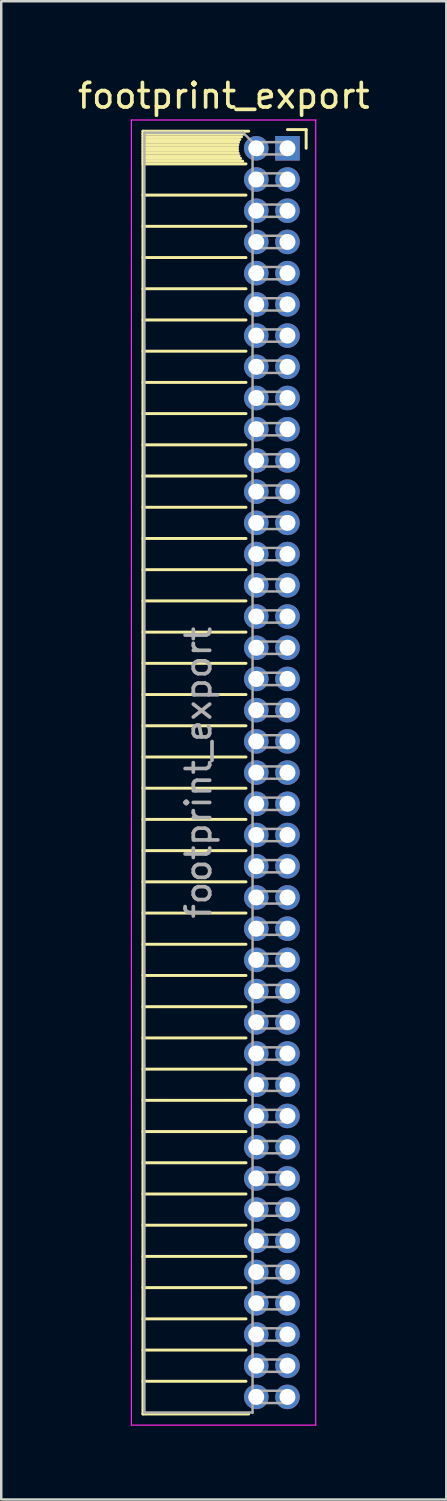
<source format=kicad_pcb>
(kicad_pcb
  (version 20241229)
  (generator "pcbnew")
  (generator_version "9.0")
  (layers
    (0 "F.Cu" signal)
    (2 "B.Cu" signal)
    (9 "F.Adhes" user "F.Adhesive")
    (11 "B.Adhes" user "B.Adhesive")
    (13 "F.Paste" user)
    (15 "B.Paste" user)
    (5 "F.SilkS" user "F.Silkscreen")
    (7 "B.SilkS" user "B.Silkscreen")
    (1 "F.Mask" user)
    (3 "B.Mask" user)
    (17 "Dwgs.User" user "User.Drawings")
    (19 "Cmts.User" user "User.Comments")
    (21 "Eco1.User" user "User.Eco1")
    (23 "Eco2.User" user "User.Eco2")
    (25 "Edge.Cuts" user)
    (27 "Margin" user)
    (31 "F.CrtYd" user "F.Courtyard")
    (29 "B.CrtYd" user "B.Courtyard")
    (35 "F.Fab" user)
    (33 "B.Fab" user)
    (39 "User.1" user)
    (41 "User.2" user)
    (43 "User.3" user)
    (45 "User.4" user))
  (footprint "footprint_export"
    (layer "F.Cu")
    (at 8.646 2.983)
    (property "Reference" "footprint_export" (at -2.592 -2.135 0) (layer "F.SilkS") (effects (font (size 1 1) (thickness 0.15))))
    (attr through_hole)
    (fp_line (start -5.88 -0.695) (end -5.88 51.495) (stroke (width 0.12) (type solid)) (layer "F.SilkS"))
    (fp_line (start -5.88 -0.695) (end -1.578 -0.695) (stroke (width 0.12) (type solid)) (layer "F.SilkS"))
    (fp_line (start -5.88 -0.575) (end -1.767 -0.575) (stroke (width 0.12) (type solid)) (layer "F.SilkS"))
    (fp_line (start -5.88 -0.465) (end -1.871 -0.465) (stroke (width 0.12) (type solid)) (layer "F.SilkS"))
    (fp_line (start -5.88 -0.355) (end -1.942 -0.355) (stroke (width 0.12) (type solid)) (layer "F.SilkS"))
    (fp_line (start -5.88 -0.245) (end -1.989 -0.245) (stroke (width 0.12) (type solid)) (layer "F.SilkS"))
    (fp_line (start -5.88 -0.135) (end -2.018 -0.135) (stroke (width 0.12) (type solid)) (layer "F.SilkS"))
    (fp_line (start -5.88 -0.025) (end -2.03 -0.025) (stroke (width 0.12) (type solid)) (layer "F.SilkS"))
    (fp_line (start -5.88 0.085) (end -2.025 0.085) (stroke (width 0.12) (type solid)) (layer "F.SilkS"))
    (fp_line (start -5.88 0.195) (end -2.005 0.195) (stroke (width 0.12) (type solid)) (layer "F.SilkS"))
    (fp_line (start -5.88 0.305) (end -1.966 0.305) (stroke (width 0.12) (type solid)) (layer "F.SilkS"))
    (fp_line (start -5.88 0.415) (end -1.907 0.415) (stroke (width 0.12) (type solid)) (layer "F.SilkS"))
    (fp_line (start -5.88 0.525) (end -1.82 0.525) (stroke (width 0.12) (type solid)) (layer "F.SilkS"))
    (fp_line (start -5.88 0.635) (end -1.688 0.635) (stroke (width 0.12) (type solid)) (layer "F.SilkS"))
    (fp_line (start -5.88 1.905) (end -1.688 1.905) (stroke (width 0.12) (type solid)) (layer "F.SilkS"))
    (fp_line (start -5.88 3.175) (end -1.688 3.175) (stroke (width 0.12) (type solid)) (layer "F.SilkS"))
    (fp_line (start -5.88 4.445) (end -1.688 4.445) (stroke (width 0.12) (type solid)) (layer "F.SilkS"))
    (fp_line (start -5.88 5.715) (end -1.688 5.715) (stroke (width 0.12) (type solid)) (layer "F.SilkS"))
    (fp_line (start -5.88 6.985) (end -1.688 6.985) (stroke (width 0.12) (type solid)) (layer "F.SilkS"))
    (fp_line (start -5.88 8.255) (end -1.688 8.255) (stroke (width 0.12) (type solid)) (layer "F.SilkS"))
    (fp_line (start -5.88 9.525) (end -1.688 9.525) (stroke (width 0.12) (type solid)) (layer "F.SilkS"))
    (fp_line (start -5.88 10.795) (end -1.688 10.795) (stroke (width 0.12) (type solid)) (layer "F.SilkS"))
    (fp_line (start -5.88 12.065) (end -1.688 12.065) (stroke (width 0.12) (type solid)) (layer "F.SilkS"))
    (fp_line (start -5.88 13.335) (end -1.688 13.335) (stroke (width 0.12) (type solid)) (layer "F.SilkS"))
    (fp_line (start -5.88 14.605) (end -1.688 14.605) (stroke (width 0.12) (type solid)) (layer "F.SilkS"))
    (fp_line (start -5.88 15.875) (end -1.688 15.875) (stroke (width 0.12) (type solid)) (layer "F.SilkS"))
    (fp_line (start -5.88 17.145) (end -1.688 17.145) (stroke (width 0.12) (type solid)) (layer "F.SilkS"))
    (fp_line (start -5.88 18.415) (end -1.688 18.415) (stroke (width 0.12) (type solid)) (layer "F.SilkS"))
    (fp_line (start -5.88 19.685) (end -1.688 19.685) (stroke (width 0.12) (type solid)) (layer "F.SilkS"))
    (fp_line (start -5.88 20.955) (end -1.688 20.955) (stroke (width 0.12) (type solid)) (layer "F.SilkS"))
    (fp_line (start -5.88 22.225) (end -1.688 22.225) (stroke (width 0.12) (type solid)) (layer "F.SilkS"))
    (fp_line (start -5.88 23.495) (end -1.688 23.495) (stroke (width 0.12) (type solid)) (layer "F.SilkS"))
    (fp_line (start -5.88 24.765) (end -1.688 24.765) (stroke (width 0.12) (type solid)) (layer "F.SilkS"))
    (fp_line (start -5.88 26.035) (end -1.688 26.035) (stroke (width 0.12) (type solid)) (layer "F.SilkS"))
    (fp_line (start -5.88 27.305) (end -1.688 27.305) (stroke (width 0.12) (type solid)) (layer "F.SilkS"))
    (fp_line (start -5.88 28.575) (end -1.688 28.575) (stroke (width 0.12) (type solid)) (layer "F.SilkS"))
    (fp_line (start -5.88 29.845) (end -1.688 29.845) (stroke (width 0.12) (type solid)) (layer "F.SilkS"))
    (fp_line (start -5.88 31.115) (end -1.688 31.115) (stroke (width 0.12) (type solid)) (layer "F.SilkS"))
    (fp_line (start -5.88 32.385) (end -1.688 32.385) (stroke (width 0.12) (type solid)) (layer "F.SilkS"))
    (fp_line (start -5.88 33.655) (end -1.688 33.655) (stroke (width 0.12) (type solid)) (layer "F.SilkS"))
    (fp_line (start -5.88 34.925) (end -1.688 34.925) (stroke (width 0.12) (type solid)) (layer "F.SilkS"))
    (fp_line (start -5.88 36.195) (end -1.688 36.195) (stroke (width 0.12) (type solid)) (layer "F.SilkS"))
    (fp_line (start -5.88 37.465) (end -1.688 37.465) (stroke (width 0.12) (type solid)) (layer "F.SilkS"))
    (fp_line (start -5.88 38.735) (end -1.688 38.735) (stroke (width 0.12) (type solid)) (layer "F.SilkS"))
    (fp_line (start -5.88 40.005) (end -1.688 40.005) (stroke (width 0.12) (type solid)) (layer "F.SilkS"))
    (fp_line (start -5.88 41.275) (end -1.688 41.275) (stroke (width 0.12) (type solid)) (layer "F.SilkS"))
    (fp_line (start -5.88 42.545) (end -1.688 42.545) (stroke (width 0.12) (type solid)) (layer "F.SilkS"))
    (fp_line (start -5.88 43.815) (end -1.688 43.815) (stroke (width 0.12) (type solid)) (layer "F.SilkS"))
    (fp_line (start -5.88 45.085) (end -1.688 45.085) (stroke (width 0.12) (type solid)) (layer "F.SilkS"))
    (fp_line (start -5.88 46.355) (end -1.688 46.355) (stroke (width 0.12) (type solid)) (layer "F.SilkS"))
    (fp_line (start -5.88 47.625) (end -1.688 47.625) (stroke (width 0.12) (type solid)) (layer "F.SilkS"))
    (fp_line (start -5.88 48.895) (end -1.688 48.895) (stroke (width 0.12) (type solid)) (layer "F.SilkS"))
    (fp_line (start -5.88 50.165) (end -1.688 50.165) (stroke (width 0.12) (type solid)) (layer "F.SilkS"))
    (fp_line (start -5.88 51.495) (end -1.578 51.495) (stroke (width 0.12) (type solid)) (layer "F.SilkS"))
    (fp_line (start 0 -0.76) (end 0.76 -0.76) (stroke (width 0.12) (type solid)) (layer "F.SilkS"))
    (fp_line (start 0.76 -0.76) (end 0.76 0) (stroke (width 0.12) (type solid)) (layer "F.SilkS"))
    (fp_line (start -6.35 -1.15) (end -6.35 51.95) (stroke (width 0.05) (type solid)) (layer "F.CrtYd"))
    (fp_line (start -6.35 51.95) (end 1.15 51.95) (stroke (width 0.05) (type solid)) (layer "F.CrtYd"))
    (fp_line (start 1.15 -1.15) (end -6.35 -1.15) (stroke (width 0.05) (type solid)) (layer "F.CrtYd"))
    (fp_line (start 1.15 51.95) (end 1.15 -1.15) (stroke (width 0.05) (type solid)) (layer "F.CrtYd"))
    (fp_line (start -5.82 -0.635) (end -1.805 -0.635) (stroke (width 0.1) (type solid)) (layer "F.Fab"))
    (fp_line (start -5.82 51.435) (end -5.82 -0.635) (stroke (width 0.1) (type solid)) (layer "F.Fab"))
    (fp_line (start -1.805 -0.635) (end -1.42 -0.25) (stroke (width 0.1) (type solid)) (layer "F.Fab"))
    (fp_line (start -1.42 -0.25) (end -1.42 51.435) (stroke (width 0.1) (type solid)) (layer "F.Fab"))
    (fp_line (start -1.42 0.25) (end 0 0.25) (stroke (width 0.1) (type solid)) (layer "F.Fab"))
    (fp_line (start -1.42 1.52) (end 0 1.52) (stroke (width 0.1) (type solid)) (layer "F.Fab"))
    (fp_line (start -1.42 2.79) (end 0 2.79) (stroke (width 0.1) (type solid)) (layer "F.Fab"))
    (fp_line (start -1.42 4.06) (end 0 4.06) (stroke (width 0.1) (type solid)) (layer "F.Fab"))
    (fp_line (start -1.42 5.33) (end 0 5.33) (stroke (width 0.1) (type solid)) (layer "F.Fab"))
    (fp_line (start -1.42 6.6) (end 0 6.6) (stroke (width 0.1) (type solid)) (layer "F.Fab"))
    (fp_line (start -1.42 7.87) (end 0 7.87) (stroke (width 0.1) (type solid)) (layer "F.Fab"))
    (fp_line (start -1.42 9.14) (end 0 9.14) (stroke (width 0.1) (type solid)) (layer "F.Fab"))
    (fp_line (start -1.42 10.41) (end 0 10.41) (stroke (width 0.1) (type solid)) (layer "F.Fab"))
    (fp_line (start -1.42 11.68) (end 0 11.68) (stroke (width 0.1) (type solid)) (layer "F.Fab"))
    (fp_line (start -1.42 12.95) (end 0 12.95) (stroke (width 0.1) (type solid)) (layer "F.Fab"))
    (fp_line (start -1.42 14.22) (end 0 14.22) (stroke (width 0.1) (type solid)) (layer "F.Fab"))
    (fp_line (start -1.42 15.49) (end 0 15.49) (stroke (width 0.1) (type solid)) (layer "F.Fab"))
    (fp_line (start -1.42 16.76) (end 0 16.76) (stroke (width 0.1) (type solid)) (layer "F.Fab"))
    (fp_line (start -1.42 18.03) (end 0 18.03) (stroke (width 0.1) (type solid)) (layer "F.Fab"))
    (fp_line (start -1.42 19.3) (end 0 19.3) (stroke (width 0.1) (type solid)) (layer "F.Fab"))
    (fp_line (start -1.42 20.57) (end 0 20.57) (stroke (width 0.1) (type solid)) (layer "F.Fab"))
    (fp_line (start -1.42 21.84) (end 0 21.84) (stroke (width 0.1) (type solid)) (layer "F.Fab"))
    (fp_line (start -1.42 23.11) (end 0 23.11) (stroke (width 0.1) (type solid)) (layer "F.Fab"))
    (fp_line (start -1.42 24.38) (end 0 24.38) (stroke (width 0.1) (type solid)) (layer "F.Fab"))
    (fp_line (start -1.42 25.65) (end 0 25.65) (stroke (width 0.1) (type solid)) (layer "F.Fab"))
    (fp_line (start -1.42 26.92) (end 0 26.92) (stroke (width 0.1) (type solid)) (layer "F.Fab"))
    (fp_line (start -1.42 28.19) (end 0 28.19) (stroke (width 0.1) (type solid)) (layer "F.Fab"))
    (fp_line (start -1.42 29.46) (end 0 29.46) (stroke (width 0.1) (type solid)) (layer "F.Fab"))
    (fp_line (start -1.42 30.73) (end 0 30.73) (stroke (width 0.1) (type solid)) (layer "F.Fab"))
    (fp_line (start -1.42 32) (end 0 32) (stroke (width 0.1) (type solid)) (layer "F.Fab"))
    (fp_line (start -1.42 33.27) (end 0 33.27) (stroke (width 0.1) (type solid)) (layer "F.Fab"))
    (fp_line (start -1.42 34.54) (end 0 34.54) (stroke (width 0.1) (type solid)) (layer "F.Fab"))
    (fp_line (start -1.42 35.81) (end 0 35.81) (stroke (width 0.1) (type solid)) (layer "F.Fab"))
    (fp_line (start -1.42 37.08) (end 0 37.08) (stroke (width 0.1) (type solid)) (layer "F.Fab"))
    (fp_line (start -1.42 38.35) (end 0 38.35) (stroke (width 0.1) (type solid)) (layer "F.Fab"))
    (fp_line (start -1.42 39.62) (end 0 39.62) (stroke (width 0.1) (type solid)) (layer "F.Fab"))
    (fp_line (start -1.42 40.89) (end 0 40.89) (stroke (width 0.1) (type solid)) (layer "F.Fab"))
    (fp_line (start -1.42 42.16) (end 0 42.16) (stroke (width 0.1) (type solid)) (layer "F.Fab"))
    (fp_line (start -1.42 43.43) (end 0 43.43) (stroke (width 0.1) (type solid)) (layer "F.Fab"))
    (fp_line (start -1.42 44.7) (end 0 44.7) (stroke (width 0.1) (type solid)) (layer "F.Fab"))
    (fp_line (start -1.42 45.97) (end 0 45.97) (stroke (width 0.1) (type solid)) (layer "F.Fab"))
    (fp_line (start -1.42 47.24) (end 0 47.24) (stroke (width 0.1) (type solid)) (layer "F.Fab"))
    (fp_line (start -1.42 48.51) (end 0 48.51) (stroke (width 0.1) (type solid)) (layer "F.Fab"))
    (fp_line (start -1.42 49.78) (end 0 49.78) (stroke (width 0.1) (type solid)) (layer "F.Fab"))
    (fp_line (start -1.42 51.05) (end 0 51.05) (stroke (width 0.1) (type solid)) (layer "F.Fab"))
    (fp_line (start -1.42 51.435) (end -5.82 51.435) (stroke (width 0.1) (type solid)) (layer "F.Fab"))
    (fp_line (start 0 -0.25) (end -1.42 -0.25) (stroke (width 0.1) (type solid)) (layer "F.Fab"))
    (fp_line (start 0 0.25) (end 0 -0.25) (stroke (width 0.1) (type solid)) (layer "F.Fab"))
    (fp_line (start 0 1.02) (end -1.42 1.02) (stroke (width 0.1) (type solid)) (layer "F.Fab"))
    (fp_line (start 0 1.52) (end 0 1.02) (stroke (width 0.1) (type solid)) (layer "F.Fab"))
    (fp_line (start 0 2.29) (end -1.42 2.29) (stroke (width 0.1) (type solid)) (layer "F.Fab"))
    (fp_line (start 0 2.79) (end 0 2.29) (stroke (width 0.1) (type solid)) (layer "F.Fab"))
    (fp_line (start 0 3.56) (end -1.42 3.56) (stroke (width 0.1) (type solid)) (layer "F.Fab"))
    (fp_line (start 0 4.06) (end 0 3.56) (stroke (width 0.1) (type solid)) (layer "F.Fab"))
    (fp_line (start 0 4.83) (end -1.42 4.83) (stroke (width 0.1) (type solid)) (layer "F.Fab"))
    (fp_line (start 0 5.33) (end 0 4.83) (stroke (width 0.1) (type solid)) (layer "F.Fab"))
    (fp_line (start 0 6.1) (end -1.42 6.1) (stroke (width 0.1) (type solid)) (layer "F.Fab"))
    (fp_line (start 0 6.6) (end 0 6.1) (stroke (width 0.1) (type solid)) (layer "F.Fab"))
    (fp_line (start 0 7.37) (end -1.42 7.37) (stroke (width 0.1) (type solid)) (layer "F.Fab"))
    (fp_line (start 0 7.87) (end 0 7.37) (stroke (width 0.1) (type solid)) (layer "F.Fab"))
    (fp_line (start 0 8.64) (end -1.42 8.64) (stroke (width 0.1) (type solid)) (layer "F.Fab"))
    (fp_line (start 0 9.14) (end 0 8.64) (stroke (width 0.1) (type solid)) (layer "F.Fab"))
    (fp_line (start 0 9.91) (end -1.42 9.91) (stroke (width 0.1) (type solid)) (layer "F.Fab"))
    (fp_line (start 0 10.41) (end 0 9.91) (stroke (width 0.1) (type solid)) (layer "F.Fab"))
    (fp_line (start 0 11.18) (end -1.42 11.18) (stroke (width 0.1) (type solid)) (layer "F.Fab"))
    (fp_line (start 0 11.68) (end 0 11.18) (stroke (width 0.1) (type solid)) (layer "F.Fab"))
    (fp_line (start 0 12.45) (end -1.42 12.45) (stroke (width 0.1) (type solid)) (layer "F.Fab"))
    (fp_line (start 0 12.95) (end 0 12.45) (stroke (width 0.1) (type solid)) (layer "F.Fab"))
    (fp_line (start 0 13.72) (end -1.42 13.72) (stroke (width 0.1) (type solid)) (layer "F.Fab"))
    (fp_line (start 0 14.22) (end 0 13.72) (stroke (width 0.1) (type solid)) (layer "F.Fab"))
    (fp_line (start 0 14.99) (end -1.42 14.99) (stroke (width 0.1) (type solid)) (layer "F.Fab"))
    (fp_line (start 0 15.49) (end 0 14.99) (stroke (width 0.1) (type solid)) (layer "F.Fab"))
    (fp_line (start 0 16.26) (end -1.42 16.26) (stroke (width 0.1) (type solid)) (layer "F.Fab"))
    (fp_line (start 0 16.76) (end 0 16.26) (stroke (width 0.1) (type solid)) (layer "F.Fab"))
    (fp_line (start 0 17.53) (end -1.42 17.53) (stroke (width 0.1) (type solid)) (layer "F.Fab"))
    (fp_line (start 0 18.03) (end 0 17.53) (stroke (width 0.1) (type solid)) (layer "F.Fab"))
    (fp_line (start 0 18.8) (end -1.42 18.8) (stroke (width 0.1) (type solid)) (layer "F.Fab"))
    (fp_line (start 0 19.3) (end 0 18.8) (stroke (width 0.1) (type solid)) (layer "F.Fab"))
    (fp_line (start 0 20.07) (end -1.42 20.07) (stroke (width 0.1) (type solid)) (layer "F.Fab"))
    (fp_line (start 0 20.57) (end 0 20.07) (stroke (width 0.1) (type solid)) (layer "F.Fab"))
    (fp_line (start 0 21.34) (end -1.42 21.34) (stroke (width 0.1) (type solid)) (layer "F.Fab"))
    (fp_line (start 0 21.84) (end 0 21.34) (stroke (width 0.1) (type solid)) (layer "F.Fab"))
    (fp_line (start 0 22.61) (end -1.42 22.61) (stroke (width 0.1) (type solid)) (layer "F.Fab"))
    (fp_line (start 0 23.11) (end 0 22.61) (stroke (width 0.1) (type solid)) (layer "F.Fab"))
    (fp_line (start 0 23.88) (end -1.42 23.88) (stroke (width 0.1) (type solid)) (layer "F.Fab"))
    (fp_line (start 0 24.38) (end 0 23.88) (stroke (width 0.1) (type solid)) (layer "F.Fab"))
    (fp_line (start 0 25.15) (end -1.42 25.15) (stroke (width 0.1) (type solid)) (layer "F.Fab"))
    (fp_line (start 0 25.65) (end 0 25.15) (stroke (width 0.1) (type solid)) (layer "F.Fab"))
    (fp_line (start 0 26.42) (end -1.42 26.42) (stroke (width 0.1) (type solid)) (layer "F.Fab"))
    (fp_line (start 0 26.92) (end 0 26.42) (stroke (width 0.1) (type solid)) (layer "F.Fab"))
    (fp_line (start 0 27.69) (end -1.42 27.69) (stroke (width 0.1) (type solid)) (layer "F.Fab"))
    (fp_line (start 0 28.19) (end 0 27.69) (stroke (width 0.1) (type solid)) (layer "F.Fab"))
    (fp_line (start 0 28.96) (end -1.42 28.96) (stroke (width 0.1) (type solid)) (layer "F.Fab"))
    (fp_line (start 0 29.46) (end 0 28.96) (stroke (width 0.1) (type solid)) (layer "F.Fab"))
    (fp_line (start 0 30.23) (end -1.42 30.23) (stroke (width 0.1) (type solid)) (layer "F.Fab"))
    (fp_line (start 0 30.73) (end 0 30.23) (stroke (width 0.1) (type solid)) (layer "F.Fab"))
    (fp_line (start 0 31.5) (end -1.42 31.5) (stroke (width 0.1) (type solid)) (layer "F.Fab"))
    (fp_line (start 0 32) (end 0 31.5) (stroke (width 0.1) (type solid)) (layer "F.Fab"))
    (fp_line (start 0 32.77) (end -1.42 32.77) (stroke (width 0.1) (type solid)) (layer "F.Fab"))
    (fp_line (start 0 33.27) (end 0 32.77) (stroke (width 0.1) (type solid)) (layer "F.Fab"))
    (fp_line (start 0 34.04) (end -1.42 34.04) (stroke (width 0.1) (type solid)) (layer "F.Fab"))
    (fp_line (start 0 34.54) (end 0 34.04) (stroke (width 0.1) (type solid)) (layer "F.Fab"))
    (fp_line (start 0 35.31) (end -1.42 35.31) (stroke (width 0.1) (type solid)) (layer "F.Fab"))
    (fp_line (start 0 35.81) (end 0 35.31) (stroke (width 0.1) (type solid)) (layer "F.Fab"))
    (fp_line (start 0 36.58) (end -1.42 36.58) (stroke (width 0.1) (type solid)) (layer "F.Fab"))
    (fp_line (start 0 37.08) (end 0 36.58) (stroke (width 0.1) (type solid)) (layer "F.Fab"))
    (fp_line (start 0 37.85) (end -1.42 37.85) (stroke (width 0.1) (type solid)) (layer "F.Fab"))
    (fp_line (start 0 38.35) (end 0 37.85) (stroke (width 0.1) (type solid)) (layer "F.Fab"))
    (fp_line (start 0 39.12) (end -1.42 39.12) (stroke (width 0.1) (type solid)) (layer "F.Fab"))
    (fp_line (start 0 39.62) (end 0 39.12) (stroke (width 0.1) (type solid)) (layer "F.Fab"))
    (fp_line (start 0 40.39) (end -1.42 40.39) (stroke (width 0.1) (type solid)) (layer "F.Fab"))
    (fp_line (start 0 40.89) (end 0 40.39) (stroke (width 0.1) (type solid)) (layer "F.Fab"))
    (fp_line (start 0 41.66) (end -1.42 41.66) (stroke (width 0.1) (type solid)) (layer "F.Fab"))
    (fp_line (start 0 42.16) (end 0 41.66) (stroke (width 0.1) (type solid)) (layer "F.Fab"))
    (fp_line (start 0 42.93) (end -1.42 42.93) (stroke (width 0.1) (type solid)) (layer "F.Fab"))
    (fp_line (start 0 43.43) (end 0 42.93) (stroke (width 0.1) (type solid)) (layer "F.Fab"))
    (fp_line (start 0 44.2) (end -1.42 44.2) (stroke (width 0.1) (type solid)) (layer "F.Fab"))
    (fp_line (start 0 44.7) (end 0 44.2) (stroke (width 0.1) (type solid)) (layer "F.Fab"))
    (fp_line (start 0 45.47) (end -1.42 45.47) (stroke (width 0.1) (type solid)) (layer "F.Fab"))
    (fp_line (start 0 45.97) (end 0 45.47) (stroke (width 0.1) (type solid)) (layer "F.Fab"))
    (fp_line (start 0 46.74) (end -1.42 46.74) (stroke (width 0.1) (type solid)) (layer "F.Fab"))
    (fp_line (start 0 47.24) (end 0 46.74) (stroke (width 0.1) (type solid)) (layer "F.Fab"))
    (fp_line (start 0 48.01) (end -1.42 48.01) (stroke (width 0.1) (type solid)) (layer "F.Fab"))
    (fp_line (start 0 48.51) (end 0 48.01) (stroke (width 0.1) (type solid)) (layer "F.Fab"))
    (fp_line (start 0 49.28) (end -1.42 49.28) (stroke (width 0.1) (type solid)) (layer "F.Fab"))
    (fp_line (start 0 49.78) (end 0 49.28) (stroke (width 0.1) (type solid)) (layer "F.Fab"))
    (fp_line (start 0 50.55) (end -1.42 50.55) (stroke (width 0.1) (type solid)) (layer "F.Fab"))
    (fp_line (start 0 51.05) (end 0 50.55) (stroke (width 0.1) (type solid)) (layer "F.Fab"))
    (fp_text user "${REFERENCE}" (at -3.62 25.4 90) (layer "F.Fab") (effects (font (size 1 1) (thickness 0.15))))
    (pad "1" thru_hole rect (at 0 0) (size 1 1) (drill 0.65) (layers "*.Cu" "*.Mask"))
    (pad "2" thru_hole oval (at -1.27 0) (size 1 1) (drill 0.65) (layers "*.Cu" "*.Mask"))
    (pad "3" thru_hole oval (at 0 1.27) (size 1 1) (drill 0.65) (layers "*.Cu" "*.Mask"))
    (pad "4" thru_hole oval (at -1.27 1.27) (size 1 1) (drill 0.65) (layers "*.Cu" "*.Mask"))
    (pad "5" thru_hole oval (at 0 2.54) (size 1 1) (drill 0.65) (layers "*.Cu" "*.Mask"))
    (pad "6" thru_hole oval (at -1.27 2.54) (size 1 1) (drill 0.65) (layers "*.Cu" "*.Mask"))
    (pad "7" thru_hole oval (at 0 3.81) (size 1 1) (drill 0.65) (layers "*.Cu" "*.Mask"))
    (pad "8" thru_hole oval (at -1.27 3.81) (size 1 1) (drill 0.65) (layers "*.Cu" "*.Mask"))
    (pad "9" thru_hole oval (at 0 5.08) (size 1 1) (drill 0.65) (layers "*.Cu" "*.Mask"))
    (pad "10" thru_hole oval (at -1.27 5.08) (size 1 1) (drill 0.65) (layers "*.Cu" "*.Mask"))
    (pad "11" thru_hole oval (at 0 6.35) (size 1 1) (drill 0.65) (layers "*.Cu" "*.Mask"))
    (pad "12" thru_hole oval (at -1.27 6.35) (size 1 1) (drill 0.65) (layers "*.Cu" "*.Mask"))
    (pad "13" thru_hole oval (at 0 7.62) (size 1 1) (drill 0.65) (layers "*.Cu" "*.Mask"))
    (pad "14" thru_hole oval (at -1.27 7.62) (size 1 1) (drill 0.65) (layers "*.Cu" "*.Mask"))
    (pad "15" thru_hole oval (at 0 8.89) (size 1 1) (drill 0.65) (layers "*.Cu" "*.Mask"))
    (pad "16" thru_hole oval (at -1.27 8.89) (size 1 1) (drill 0.65) (layers "*.Cu" "*.Mask"))
    (pad "17" thru_hole oval (at 0 10.16) (size 1 1) (drill 0.65) (layers "*.Cu" "*.Mask"))
    (pad "18" thru_hole oval (at -1.27 10.16) (size 1 1) (drill 0.65) (layers "*.Cu" "*.Mask"))
    (pad "19" thru_hole oval (at 0 11.43) (size 1 1) (drill 0.65) (layers "*.Cu" "*.Mask"))
    (pad "20" thru_hole oval (at -1.27 11.43) (size 1 1) (drill 0.65) (layers "*.Cu" "*.Mask"))
    (pad "21" thru_hole oval (at 0 12.7) (size 1 1) (drill 0.65) (layers "*.Cu" "*.Mask"))
    (pad "22" thru_hole oval (at -1.27 12.7) (size 1 1) (drill 0.65) (layers "*.Cu" "*.Mask"))
    (pad "23" thru_hole oval (at 0 13.97) (size 1 1) (drill 0.65) (layers "*.Cu" "*.Mask"))
    (pad "24" thru_hole oval (at -1.27 13.97) (size 1 1) (drill 0.65) (layers "*.Cu" "*.Mask"))
    (pad "25" thru_hole oval (at 0 15.24) (size 1 1) (drill 0.65) (layers "*.Cu" "*.Mask"))
    (pad "26" thru_hole oval (at -1.27 15.24) (size 1 1) (drill 0.65) (layers "*.Cu" "*.Mask"))
    (pad "27" thru_hole oval (at 0 16.51) (size 1 1) (drill 0.65) (layers "*.Cu" "*.Mask"))
    (pad "28" thru_hole oval (at -1.27 16.51) (size 1 1) (drill 0.65) (layers "*.Cu" "*.Mask"))
    (pad "29" thru_hole oval (at 0 17.78) (size 1 1) (drill 0.65) (layers "*.Cu" "*.Mask"))
    (pad "30" thru_hole oval (at -1.27 17.78) (size 1 1) (drill 0.65) (layers "*.Cu" "*.Mask"))
    (pad "31" thru_hole oval (at 0 19.05) (size 1 1) (drill 0.65) (layers "*.Cu" "*.Mask"))
    (pad "32" thru_hole oval (at -1.27 19.05) (size 1 1) (drill 0.65) (layers "*.Cu" "*.Mask"))
    (pad "33" thru_hole oval (at 0 20.32) (size 1 1) (drill 0.65) (layers "*.Cu" "*.Mask"))
    (pad "34" thru_hole oval (at -1.27 20.32) (size 1 1) (drill 0.65) (layers "*.Cu" "*.Mask"))
    (pad "35" thru_hole oval (at 0 21.59) (size 1 1) (drill 0.65) (layers "*.Cu" "*.Mask"))
    (pad "36" thru_hole oval (at -1.27 21.59) (size 1 1) (drill 0.65) (layers "*.Cu" "*.Mask"))
    (pad "37" thru_hole oval (at 0 22.86) (size 1 1) (drill 0.65) (layers "*.Cu" "*.Mask"))
    (pad "38" thru_hole oval (at -1.27 22.86) (size 1 1) (drill 0.65) (layers "*.Cu" "*.Mask"))
    (pad "39" thru_hole oval (at 0 24.13) (size 1 1) (drill 0.65) (layers "*.Cu" "*.Mask"))
    (pad "40" thru_hole oval (at -1.27 24.13) (size 1 1) (drill 0.65) (layers "*.Cu" "*.Mask"))
    (pad "41" thru_hole oval (at 0 25.4) (size 1 1) (drill 0.65) (layers "*.Cu" "*.Mask"))
    (pad "42" thru_hole oval (at -1.27 25.4) (size 1 1) (drill 0.65) (layers "*.Cu" "*.Mask"))
    (pad "43" thru_hole oval (at 0 26.67) (size 1 1) (drill 0.65) (layers "*.Cu" "*.Mask"))
    (pad "44" thru_hole oval (at -1.27 26.67) (size 1 1) (drill 0.65) (layers "*.Cu" "*.Mask"))
    (pad "45" thru_hole oval (at 0 27.94) (size 1 1) (drill 0.65) (layers "*.Cu" "*.Mask"))
    (pad "46" thru_hole oval (at -1.27 27.94) (size 1 1) (drill 0.65) (layers "*.Cu" "*.Mask"))
    (pad "47" thru_hole oval (at 0 29.21) (size 1 1) (drill 0.65) (layers "*.Cu" "*.Mask"))
    (pad "48" thru_hole oval (at -1.27 29.21) (size 1 1) (drill 0.65) (layers "*.Cu" "*.Mask"))
    (pad "49" thru_hole oval (at 0 30.48) (size 1 1) (drill 0.65) (layers "*.Cu" "*.Mask"))
    (pad "50" thru_hole oval (at -1.27 30.48) (size 1 1) (drill 0.65) (layers "*.Cu" "*.Mask"))
    (pad "51" thru_hole oval (at 0 31.75) (size 1 1) (drill 0.65) (layers "*.Cu" "*.Mask"))
    (pad "52" thru_hole oval (at -1.27 31.75) (size 1 1) (drill 0.65) (layers "*.Cu" "*.Mask"))
    (pad "53" thru_hole oval (at 0 33.02) (size 1 1) (drill 0.65) (layers "*.Cu" "*.Mask"))
    (pad "54" thru_hole oval (at -1.27 33.02) (size 1 1) (drill 0.65) (layers "*.Cu" "*.Mask"))
    (pad "55" thru_hole oval (at 0 34.29) (size 1 1) (drill 0.65) (layers "*.Cu" "*.Mask"))
    (pad "56" thru_hole oval (at -1.27 34.29) (size 1 1) (drill 0.65) (layers "*.Cu" "*.Mask"))
    (pad "57" thru_hole oval (at 0 35.56) (size 1 1) (drill 0.65) (layers "*.Cu" "*.Mask"))
    (pad "58" thru_hole oval (at -1.27 35.56) (size 1 1) (drill 0.65) (layers "*.Cu" "*.Mask"))
    (pad "59" thru_hole oval (at 0 36.83) (size 1 1) (drill 0.65) (layers "*.Cu" "*.Mask"))
    (pad "60" thru_hole oval (at -1.27 36.83) (size 1 1) (drill 0.65) (layers "*.Cu" "*.Mask"))
    (pad "61" thru_hole oval (at 0 38.1) (size 1 1) (drill 0.65) (layers "*.Cu" "*.Mask"))
    (pad "62" thru_hole oval (at -1.27 38.1) (size 1 1) (drill 0.65) (layers "*.Cu" "*.Mask"))
    (pad "63" thru_hole oval (at 0 39.37) (size 1 1) (drill 0.65) (layers "*.Cu" "*.Mask"))
    (pad "64" thru_hole oval (at -1.27 39.37) (size 1 1) (drill 0.65) (layers "*.Cu" "*.Mask"))
    (pad "65" thru_hole oval (at 0 40.64) (size 1 1) (drill 0.65) (layers "*.Cu" "*.Mask"))
    (pad "66" thru_hole oval (at -1.27 40.64) (size 1 1) (drill 0.65) (layers "*.Cu" "*.Mask"))
    (pad "67" thru_hole oval (at 0 41.91) (size 1 1) (drill 0.65) (layers "*.Cu" "*.Mask"))
    (pad "68" thru_hole oval (at -1.27 41.91) (size 1 1) (drill 0.65) (layers "*.Cu" "*.Mask"))
    (pad "69" thru_hole oval (at 0 43.18) (size 1 1) (drill 0.65) (layers "*.Cu" "*.Mask"))
    (pad "70" thru_hole oval (at -1.27 43.18) (size 1 1) (drill 0.65) (layers "*.Cu" "*.Mask"))
    (pad "71" thru_hole oval (at 0 44.45) (size 1 1) (drill 0.65) (layers "*.Cu" "*.Mask"))
    (pad "72" thru_hole oval (at -1.27 44.45) (size 1 1) (drill 0.65) (layers "*.Cu" "*.Mask"))
    (pad "73" thru_hole oval (at 0 45.72) (size 1 1) (drill 0.65) (layers "*.Cu" "*.Mask"))
    (pad "74" thru_hole oval (at -1.27 45.72) (size 1 1) (drill 0.65) (layers "*.Cu" "*.Mask"))
    (pad "75" thru_hole oval (at 0 46.99) (size 1 1) (drill 0.65) (layers "*.Cu" "*.Mask"))
    (pad "76" thru_hole oval (at -1.27 46.99) (size 1 1) (drill 0.65) (layers "*.Cu" "*.Mask"))
    (pad "77" thru_hole oval (at 0 48.26) (size 1 1) (drill 0.65) (layers "*.Cu" "*.Mask"))
    (pad "78" thru_hole oval (at -1.27 48.26) (size 1 1) (drill 0.65) (layers "*.Cu" "*.Mask"))
    (pad "79" thru_hole oval (at 0 49.53) (size 1 1) (drill 0.65) (layers "*.Cu" "*.Mask"))
    (pad "80" thru_hole oval (at -1.27 49.53) (size 1 1) (drill 0.65) (layers "*.Cu" "*.Mask"))
    (pad "81" thru_hole oval (at 0 50.8) (size 1 1) (drill 0.65) (layers "*.Cu" "*.Mask"))
    (pad "82" thru_hole oval (at -1.27 50.8) (size 1 1) (drill 0.65) (layers "*.Cu" "*.Mask")))
  (gr_rect
    (start -3 -3)
    (end 15.107 57.958)
    (stroke (width 0.1) (type default))
    (fill no)
    (layer "Edge.Cuts")))
</source>
